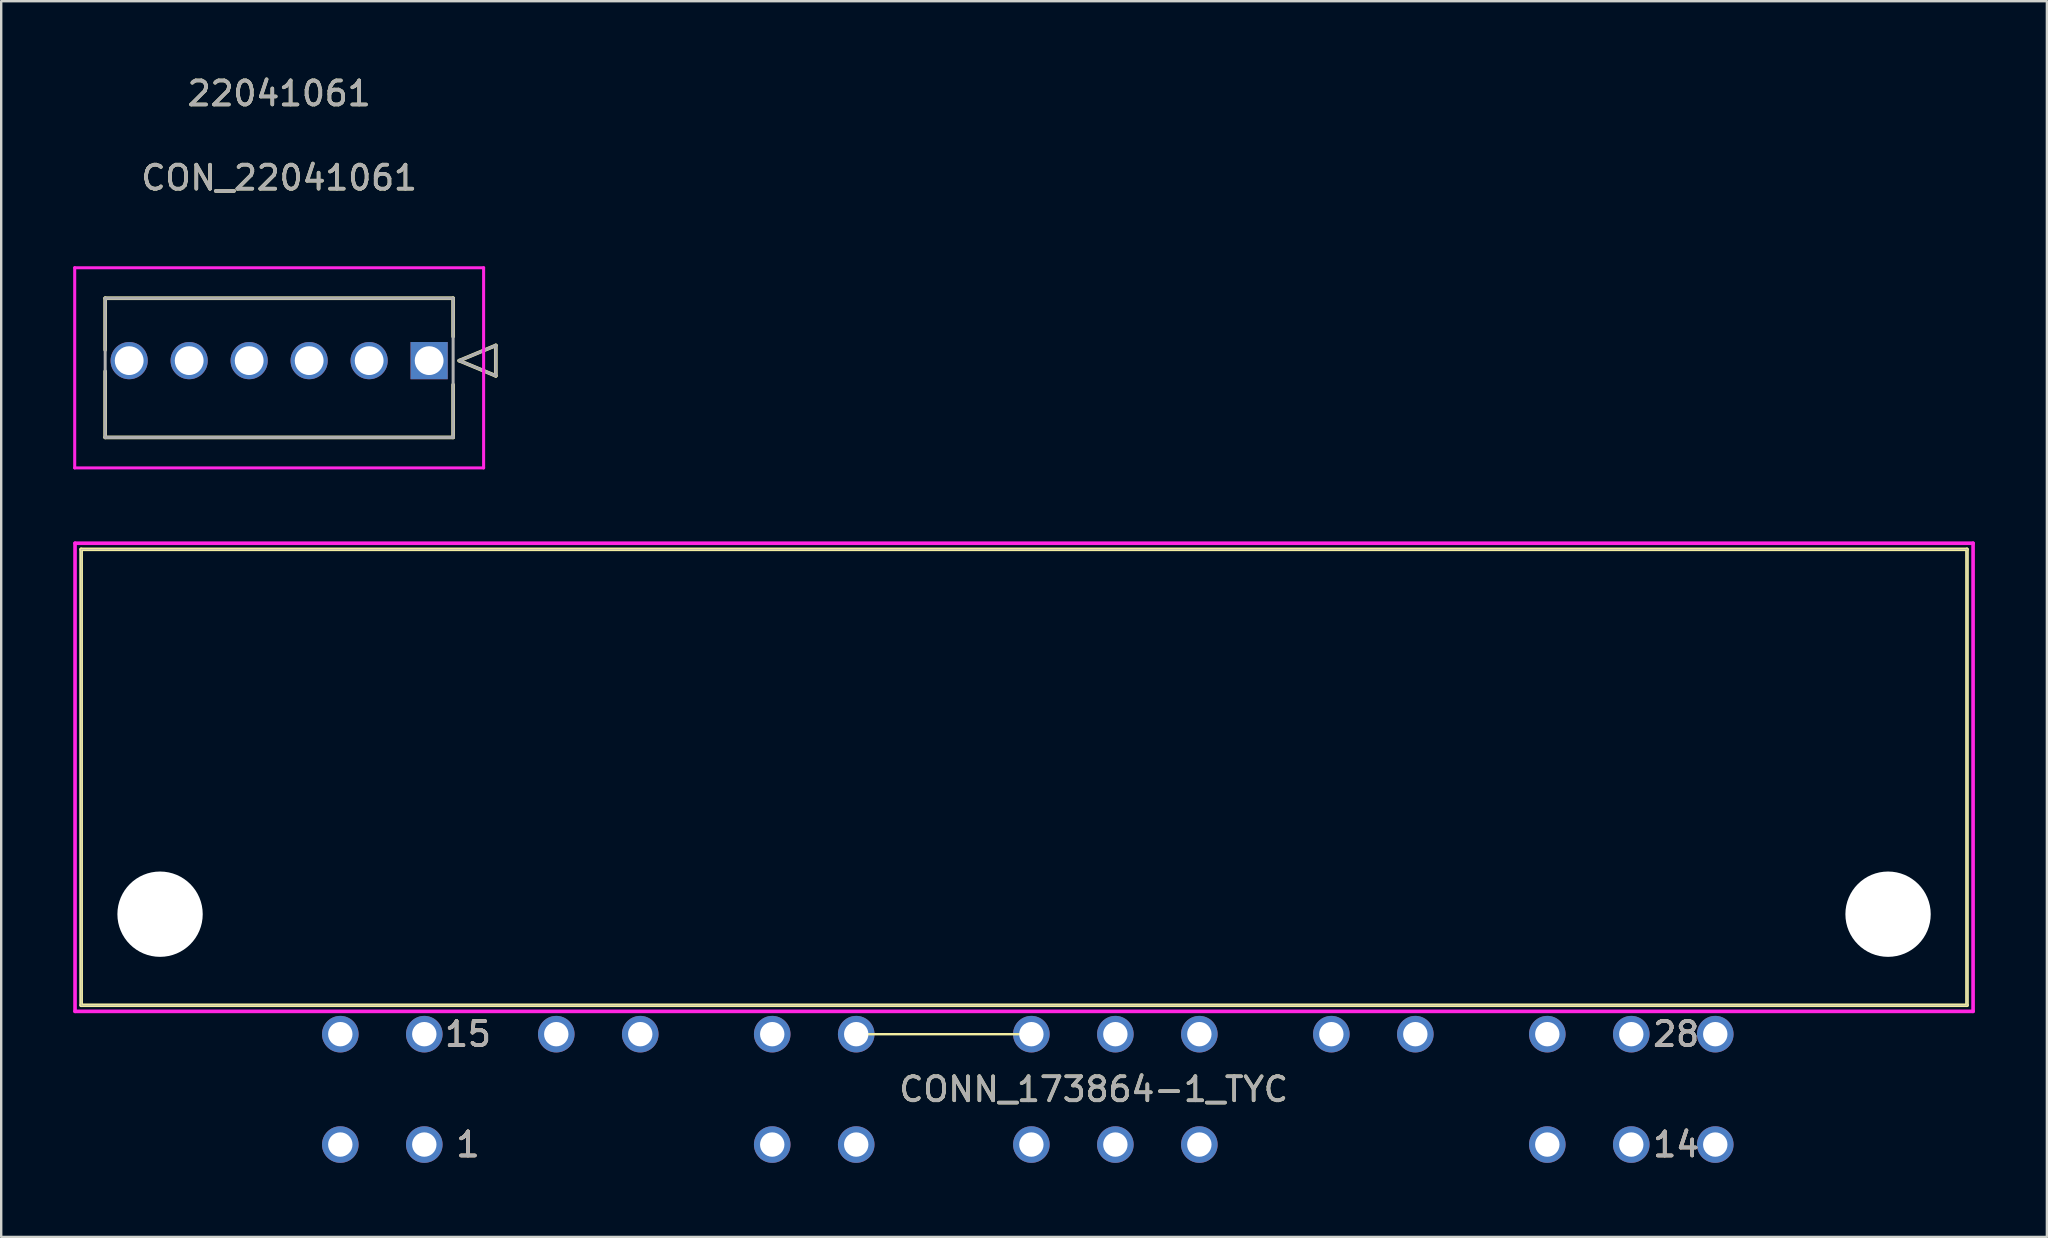
<source format=kicad_pcb>
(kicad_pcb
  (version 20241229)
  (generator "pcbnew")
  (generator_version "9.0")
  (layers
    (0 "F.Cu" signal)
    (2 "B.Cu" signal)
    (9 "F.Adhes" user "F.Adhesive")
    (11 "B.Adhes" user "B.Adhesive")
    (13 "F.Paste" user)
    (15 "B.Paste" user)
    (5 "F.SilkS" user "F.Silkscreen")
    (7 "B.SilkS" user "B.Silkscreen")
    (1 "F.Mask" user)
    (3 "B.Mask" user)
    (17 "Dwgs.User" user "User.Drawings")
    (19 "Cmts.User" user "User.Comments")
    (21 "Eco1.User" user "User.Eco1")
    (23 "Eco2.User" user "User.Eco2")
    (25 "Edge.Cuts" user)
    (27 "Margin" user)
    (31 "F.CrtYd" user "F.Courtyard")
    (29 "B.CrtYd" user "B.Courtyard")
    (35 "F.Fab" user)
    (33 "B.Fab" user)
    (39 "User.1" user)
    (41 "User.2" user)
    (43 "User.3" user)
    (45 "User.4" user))
  (footprint "CONN_173864-1_TYC"
    (layer "F.Cu")
    (at 62.029 40.046)
    (property "Reference" "CONN_173864-1_TYC" (at -19.505 2.3 0) (unlocked yes) (layer "F.SilkS") (effects (font (size 1 1) (thickness 0.15))))
    (attr through_hole)
    (fp_line (start -61.698 -20.204) (end -61.698 -1.205) (stroke (width 0.152) (type solid)) (layer "F.SilkS"))
    (fp_line (start -61.698 -1.205) (end 16.889 -1.205) (stroke (width 0.152) (type solid)) (layer "F.SilkS"))
    (fp_line (start -22.101 0) (end -29.401 0) (stroke (width 0.1) (type default)) (layer "F.SilkS"))
    (fp_line (start 16.889 -20.204) (end -61.698 -20.204) (stroke (width 0.152) (type solid)) (layer "F.SilkS"))
    (fp_line (start 16.889 -1.205) (end 16.889 -20.204) (stroke (width 0.152) (type solid)) (layer "F.SilkS"))
    (fp_line (start -61.952 -20.458) (end -61.952 -0.951) (stroke (width 0.152) (type solid)) (layer "F.CrtYd"))
    (fp_line (start -61.952 -0.951) (end 17.143 -0.951) (stroke (width 0.152) (type solid)) (layer "F.CrtYd"))
    (fp_line (start 17.143 -20.458) (end -61.952 -20.458) (stroke (width 0.152) (type solid)) (layer "F.CrtYd"))
    (fp_line (start 17.143 -0.951) (end 17.143 -20.458) (stroke (width 0.152) (type solid)) (layer "F.CrtYd"))
    (fp_line (start -61.698 -20.204) (end -61.698 -1.205) (stroke (width 0.025) (type solid)) (layer "F.Fab"))
    (fp_line (start -61.698 -1.205) (end 16.889 -1.205) (stroke (width 0.025) (type solid)) (layer "F.Fab"))
    (fp_line (start 16.889 -20.204) (end -61.698 -20.204) (stroke (width 0.025) (type solid)) (layer "F.Fab"))
    (fp_line (start 16.889 -1.205) (end 16.889 -20.204) (stroke (width 0.025) (type solid)) (layer "F.Fab"))
    (fp_text user "28" (at 4.769 0 0) (unlocked yes) (layer "F.SilkS") (effects (font (size 1 1) (thickness 0.15))))
    (fp_text user "15" (at -45.578 0 0) (unlocked yes) (layer "F.SilkS") (effects (font (size 1 1) (thickness 0.15))))
    (fp_text user "14" (at 4.769 4.6 0) (unlocked yes) (layer "F.SilkS") (effects (font (size 1 1) (thickness 0.15))))
    (fp_text user "1" (at -45.578 4.6 0) (unlocked yes) (layer "F.SilkS") (effects (font (size 1 1) (thickness 0.15))))
    (fp_text user "15" (at -45.578 0 0) (unlocked yes) (layer "B.SilkS") (effects (font (size 1 1) (thickness 0.15))))
    (fp_text user "28" (at 4.769 0 0) (unlocked yes) (layer "B.SilkS") (effects (font (size 1 1) (thickness 0.15))))
    (fp_text user "1" (at -45.578 4.6 0) (unlocked yes) (layer "B.SilkS") (effects (font (size 1 1) (thickness 0.15))))
    (fp_text user "14" (at 4.769 4.6 0) (unlocked yes) (layer "B.SilkS") (effects (font (size 1 1) (thickness 0.15))))
    (fp_text user "15" (at -45.578 0 0) (unlocked yes) (layer "F.Fab") (effects (font (size 1 1) (thickness 0.15))))
    (fp_text user "${REFERENCE}" (at -19.505 2.3 0) (unlocked yes) (layer "F.Fab") (effects (font (size 1 1) (thickness 0.15))))
    (fp_text user "28" (at 4.769 0 0) (unlocked yes) (layer "F.Fab") (effects (font (size 1 1) (thickness 0.15))))
    (fp_text user "1" (at -45.578 4.6 0) (unlocked yes) (layer "F.Fab") (effects (font (size 1 1) (thickness 0.15))))
    (fp_text user "14" (at 4.769 4.6 0) (unlocked yes) (layer "F.Fab") (effects (font (size 1 1) (thickness 0.15))))
    (pad "" np_thru_hole circle (at -58.409 -5) (size 3.556 3.556) (drill 3.556) (layers "*.Cu" "*.Mask"))
    (pad "" np_thru_hole circle (at 13.6 -5) (size 3.556 3.556) (drill 3.556) (layers "*.Cu" "*.Mask"))
    (pad "1" thru_hole circle (at 6.399 4.6) (size 1.524 1.524) (drill 1.016) (layers "*.Cu" "*.Mask"))
    (pad "2" thru_hole circle (at 2.899 4.6) (size 1.524 1.524) (drill 1.016) (layers "*.Cu" "*.Mask"))
    (pad "3" thru_hole circle (at -0.6 4.6) (size 1.524 1.524) (drill 1.016) (layers "*.Cu" "*.Mask"))
    (pad "4" thru_hole circle (at -15.1 4.6) (size 1.524 1.524) (drill 1.016) (layers "*.Cu" "*.Mask"))
    (pad "5" thru_hole circle (at -18.6 4.6) (size 1.524 1.524) (drill 1.016) (layers "*.Cu" "*.Mask"))
    (pad "6" thru_hole circle (at -22.1 4.6) (size 1.524 1.524) (drill 1.016) (layers "*.Cu" "*.Mask"))
    (pad "7" thru_hole circle (at -29.399 4.6) (size 1.524 1.524) (drill 1.016) (layers "*.Cu" "*.Mask"))
    (pad "8" thru_hole circle (at -32.899 4.6) (size 1.524 1.524) (drill 1.016) (layers "*.Cu" "*.Mask"))
    (pad "9" thru_hole circle (at -47.398 4.6) (size 1.524 1.524) (drill 1.016) (layers "*.Cu" "*.Mask"))
    (pad "10" thru_hole circle (at -50.898 4.6) (size 1.524 1.524) (drill 1.016) (layers "*.Cu" "*.Mask"))
    (pad "11" thru_hole circle (at 6.399 0) (size 1.524 1.524) (drill 1.016) (layers "*.Cu" "*.Mask"))
    (pad "12" thru_hole circle (at 2.899 0) (size 1.524 1.524) (drill 1.016) (layers "*.Cu" "*.Mask"))
    (pad "13" thru_hole circle (at -0.6 0) (size 1.524 1.524) (drill 1.016) (layers "*.Cu" "*.Mask"))
    (pad "14" thru_hole circle (at -6.1 0) (size 1.524 1.524) (drill 1.016) (layers "*.Cu" "*.Mask"))
    (pad "15" thru_hole circle (at -9.6 0) (size 1.524 1.524) (drill 1.016) (layers "*.Cu" "*.Mask"))
    (pad "16" thru_hole circle (at -15.1 0) (size 1.524 1.524) (drill 1.016) (layers "*.Cu" "*.Mask"))
    (pad "17" thru_hole circle (at -18.6 0) (size 1.524 1.524) (drill 1.016) (layers "*.Cu" "*.Mask"))
    (pad "18" thru_hole circle (at -22.1 0) (size 1.524 1.524) (drill 1.016) (layers "*.Cu" "*.Mask"))
    (pad "19" thru_hole circle (at -29.399 0) (size 1.524 1.524) (drill 1.016) (layers "*.Cu" "*.Mask"))
    (pad "20" thru_hole circle (at -32.899 0) (size 1.524 1.524) (drill 1.016) (layers "*.Cu" "*.Mask"))
    (pad "21" thru_hole circle (at -38.399 0) (size 1.524 1.524) (drill 1.016) (layers "*.Cu" "*.Mask"))
    (pad "22" thru_hole circle (at -41.898 0) (size 1.524 1.524) (drill 1.016) (layers "*.Cu" "*.Mask"))
    (pad "23" thru_hole circle (at -47.398 0) (size 1.524 1.524) (drill 1.016) (layers "*.Cu" "*.Mask"))
    (pad "24" thru_hole circle (at -50.898 0) (size 1.524 1.524) (drill 1.016) (layers "*.Cu" "*.Mask")))
  (footprint "CON_22041061"
    (layer "F.Cu")
    (at 14.833 11.978)
    (property "Reference" "CON_22041061" (at -6.25 -7.62 0) (unlocked yes) (layer "F.SilkS") (effects (font (size 1 1) (thickness 0.15))))
    (attr through_hole)
    (fp_line (start -13.5 -2.6) (end -13.5 -0.446) (stroke (width 0.152) (type solid)) (layer "F.SilkS"))
    (fp_line (start -13.5 0.446) (end -13.5 3.2) (stroke (width 0.152) (type solid)) (layer "F.SilkS"))
    (fp_line (start -13.5 3.2) (end 1 3.2) (stroke (width 0.152) (type solid)) (layer "F.SilkS"))
    (fp_line (start 1 -2.6) (end -13.5 -2.6) (stroke (width 0.152) (type solid)) (layer "F.SilkS"))
    (fp_line (start 1 -1.003) (end 1 -2.6) (stroke (width 0.152) (type solid)) (layer "F.SilkS"))
    (fp_line (start 1 3.2) (end 1 1.003) (stroke (width 0.152) (type solid)) (layer "F.SilkS"))
    (fp_line (start 1.254 0) (end 2.778 -0.635) (stroke (width 0.152) (type solid)) (layer "F.SilkS"))
    (fp_line (start 2.778 -0.635) (end 2.778 0.635) (stroke (width 0.152) (type solid)) (layer "F.SilkS"))
    (fp_line (start 2.778 0.635) (end 1.254 0) (stroke (width 0.152) (type solid)) (layer "F.SilkS"))
    (fp_line (start -14.77 -3.87) (end -14.77 4.47) (stroke (width 0.127) (type solid)) (layer "F.CrtYd"))
    (fp_line (start -14.77 4.47) (end 2.27 4.47) (stroke (width 0.127) (type solid)) (layer "F.CrtYd"))
    (fp_line (start 2.27 -3.87) (end -14.77 -3.87) (stroke (width 0.127) (type solid)) (layer "F.CrtYd"))
    (fp_line (start 2.27 4.47) (end 2.27 -3.87) (stroke (width 0.127) (type solid)) (layer "F.CrtYd"))
    (fp_line (start -13.5 -2.6) (end -13.5 3.2) (stroke (width 0.127) (type solid)) (layer "F.Fab"))
    (fp_line (start -13.5 3.2) (end 1 3.2) (stroke (width 0.127) (type solid)) (layer "F.Fab"))
    (fp_line (start 1 -2.6) (end -13.5 -2.6) (stroke (width 0.127) (type solid)) (layer "F.Fab"))
    (fp_line (start 1 3.2) (end 1 -2.6) (stroke (width 0.127) (type solid)) (layer "F.Fab"))
    (fp_line (start 1.254 0) (end 2.778 -0.635) (stroke (width 0.127) (type solid)) (layer "F.Fab"))
    (fp_line (start 2.778 -0.635) (end 2.778 0.635) (stroke (width 0.127) (type solid)) (layer "F.Fab"))
    (fp_line (start 2.778 0.635) (end 1.254 0) (stroke (width 0.127) (type solid)) (layer "F.Fab"))
    (fp_text user "22041061" (at -6.25 -11.13 0) (unlocked yes) (layer "F.SilkS") (effects (font (size 1 1) (thickness 0.15))))
    (fp_text user "22041061" (at -6.25 -11.13 0) (unlocked yes) (layer "F.Fab") (effects (font (size 1 1) (thickness 0.15))))
    (fp_text user "${REFERENCE}" (at -6.25 -7.62 0) (unlocked yes) (layer "F.Fab") (effects (font (size 1 1) (thickness 0.15))))
    (pad "1" thru_hole rect (at 0 0) (size 1.55 1.55) (drill 1.2) (layers "*.Cu" "*.Mask"))
    (pad "2" thru_hole circle (at -2.5 0) (size 1.55 1.55) (drill 1.2) (layers "*.Cu" "*.Mask"))
    (pad "3" thru_hole circle (at -5 0) (size 1.55 1.55) (drill 1.2) (layers "*.Cu" "*.Mask"))
    (pad "4" thru_hole circle (at -7.5 0) (size 1.55 1.55) (drill 1.2) (layers "*.Cu" "*.Mask"))
    (pad "5" thru_hole circle (at -10 0) (size 1.55 1.55) (drill 1.2) (layers "*.Cu" "*.Mask"))
    (pad "6" thru_hole circle (at -12.5 0) (size 1.55 1.55) (drill 1.2) (layers "*.Cu" "*.Mask")))
  (gr_rect
    (start -3 -3)
    (end 82.248 48.495)
    (stroke (width 0.1) (type default))
    (fill no)
    (layer "Edge.Cuts")))
</source>
